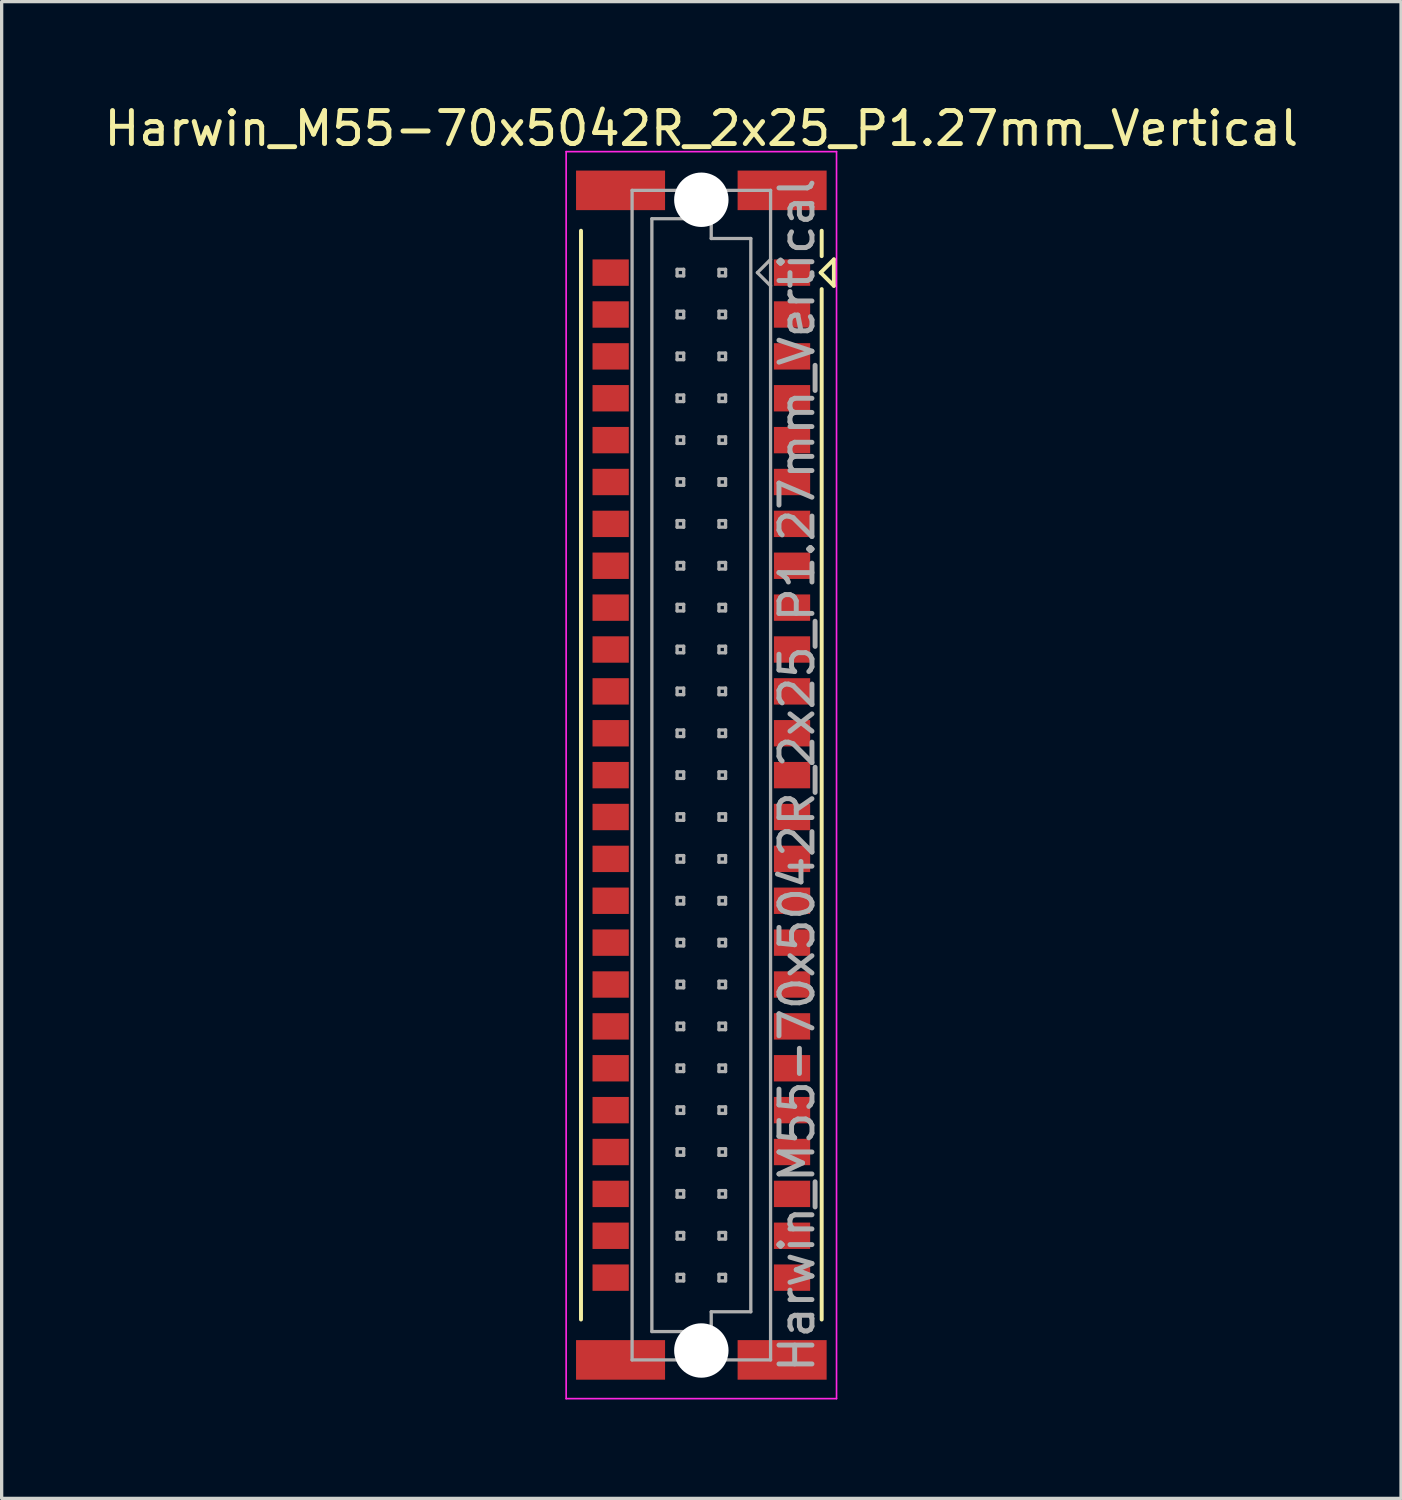
<source format=kicad_pcb>
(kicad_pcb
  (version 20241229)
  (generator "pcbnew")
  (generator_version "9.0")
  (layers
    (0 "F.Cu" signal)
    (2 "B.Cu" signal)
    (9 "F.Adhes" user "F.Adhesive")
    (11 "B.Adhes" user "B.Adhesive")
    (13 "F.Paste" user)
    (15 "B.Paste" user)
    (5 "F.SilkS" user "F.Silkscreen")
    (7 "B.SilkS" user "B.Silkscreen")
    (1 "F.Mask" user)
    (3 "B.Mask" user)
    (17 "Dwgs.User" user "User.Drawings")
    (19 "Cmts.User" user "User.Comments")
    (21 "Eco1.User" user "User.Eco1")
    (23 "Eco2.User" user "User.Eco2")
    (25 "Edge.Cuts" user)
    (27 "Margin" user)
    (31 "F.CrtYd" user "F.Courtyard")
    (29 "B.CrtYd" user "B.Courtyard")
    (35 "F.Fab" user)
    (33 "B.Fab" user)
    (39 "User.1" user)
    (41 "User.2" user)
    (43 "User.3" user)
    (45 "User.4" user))
  (footprint "Harwin_M55-70x5042R_2x25_P1.27mm_Vertical"
    (layer "F.Cu")
    (at 18.22 20.458)
    (property "Reference" "Harwin_M55-70x5042R_2x25_P1.27mm_Vertical" (at 0 -19.61 0) (layer "F.SilkS") (effects (font (size 1 1) (thickness 0.15))))
    (attr smd)
    (fp_line (start -3.65 16.51) (end -3.65 -16.51) (stroke (width 0.12) (type solid)) (layer "F.SilkS"))
    (fp_line (start 3.62 -15.24) (end 4.02 -15.64) (stroke (width 0.12) (type solid)) (layer "F.SilkS"))
    (fp_line (start 3.65 -15.74) (end 3.65 -16.51) (stroke (width 0.12) (type solid)) (layer "F.SilkS"))
    (fp_line (start 3.65 -14.74) (end 3.65 16.51) (stroke (width 0.12) (type solid)) (layer "F.SilkS"))
    (fp_line (start 4.02 -15.64) (end 4.02 -14.84) (stroke (width 0.12) (type solid)) (layer "F.SilkS"))
    (fp_line (start 4.02 -14.84) (end 3.62 -15.24) (stroke (width 0.12) (type solid)) (layer "F.SilkS"))
    (fp_line (start -4.1 -18.91) (end 4.1 -18.91) (stroke (width 0.05) (type solid)) (layer "F.CrtYd"))
    (fp_line (start -4.1 18.91) (end -4.1 -18.91) (stroke (width 0.05) (type solid)) (layer "F.CrtYd"))
    (fp_line (start 4.1 -18.91) (end 4.1 18.91) (stroke (width 0.05) (type solid)) (layer "F.CrtYd"))
    (fp_line (start 4.1 18.91) (end -4.1 18.91) (stroke (width 0.05) (type solid)) (layer "F.CrtYd"))
    (fp_line (start -2.1 -17.735) (end -2.1 17.735) (stroke (width 0.1) (type solid)) (layer "F.Fab"))
    (fp_line (start -2.1 17.735) (end 2.1 17.735) (stroke (width 0.1) (type solid)) (layer "F.Fab"))
    (fp_line (start -1.5 -16.875) (end -1.5 16.875) (stroke (width 0.1) (type solid)) (layer "F.Fab"))
    (fp_line (start -1.5 16.875) (end 0.3 16.875) (stroke (width 0.1) (type solid)) (layer "F.Fab"))
    (fp_line (start -0.735 -15.34) (end -0.735 -15.14) (stroke (width 0.1) (type solid)) (layer "F.Fab"))
    (fp_line (start -0.735 -15.14) (end -0.535 -15.14) (stroke (width 0.1) (type solid)) (layer "F.Fab"))
    (fp_line (start -0.735 -14.07) (end -0.735 -13.87) (stroke (width 0.1) (type solid)) (layer "F.Fab"))
    (fp_line (start -0.735 -13.87) (end -0.535 -13.87) (stroke (width 0.1) (type solid)) (layer "F.Fab"))
    (fp_line (start -0.735 -12.8) (end -0.735 -12.6) (stroke (width 0.1) (type solid)) (layer "F.Fab"))
    (fp_line (start -0.735 -12.6) (end -0.535 -12.6) (stroke (width 0.1) (type solid)) (layer "F.Fab"))
    (fp_line (start -0.735 -11.53) (end -0.735 -11.33) (stroke (width 0.1) (type solid)) (layer "F.Fab"))
    (fp_line (start -0.735 -11.33) (end -0.535 -11.33) (stroke (width 0.1) (type solid)) (layer "F.Fab"))
    (fp_line (start -0.735 -10.26) (end -0.735 -10.06) (stroke (width 0.1) (type solid)) (layer "F.Fab"))
    (fp_line (start -0.735 -10.06) (end -0.535 -10.06) (stroke (width 0.1) (type solid)) (layer "F.Fab"))
    (fp_line (start -0.735 -8.99) (end -0.735 -8.79) (stroke (width 0.1) (type solid)) (layer "F.Fab"))
    (fp_line (start -0.735 -8.79) (end -0.535 -8.79) (stroke (width 0.1) (type solid)) (layer "F.Fab"))
    (fp_line (start -0.735 -7.72) (end -0.735 -7.52) (stroke (width 0.1) (type solid)) (layer "F.Fab"))
    (fp_line (start -0.735 -7.52) (end -0.535 -7.52) (stroke (width 0.1) (type solid)) (layer "F.Fab"))
    (fp_line (start -0.735 -6.45) (end -0.735 -6.25) (stroke (width 0.1) (type solid)) (layer "F.Fab"))
    (fp_line (start -0.735 -6.25) (end -0.535 -6.25) (stroke (width 0.1) (type solid)) (layer "F.Fab"))
    (fp_line (start -0.735 -5.18) (end -0.735 -4.98) (stroke (width 0.1) (type solid)) (layer "F.Fab"))
    (fp_line (start -0.735 -4.98) (end -0.535 -4.98) (stroke (width 0.1) (type solid)) (layer "F.Fab"))
    (fp_line (start -0.735 -3.91) (end -0.735 -3.71) (stroke (width 0.1) (type solid)) (layer "F.Fab"))
    (fp_line (start -0.735 -3.71) (end -0.535 -3.71) (stroke (width 0.1) (type solid)) (layer "F.Fab"))
    (fp_line (start -0.735 -2.64) (end -0.735 -2.44) (stroke (width 0.1) (type solid)) (layer "F.Fab"))
    (fp_line (start -0.735 -2.44) (end -0.535 -2.44) (stroke (width 0.1) (type solid)) (layer "F.Fab"))
    (fp_line (start -0.735 -1.37) (end -0.735 -1.17) (stroke (width 0.1) (type solid)) (layer "F.Fab"))
    (fp_line (start -0.735 -1.17) (end -0.535 -1.17) (stroke (width 0.1) (type solid)) (layer "F.Fab"))
    (fp_line (start -0.735 -0.1) (end -0.735 0.1) (stroke (width 0.1) (type solid)) (layer "F.Fab"))
    (fp_line (start -0.735 0.1) (end -0.535 0.1) (stroke (width 0.1) (type solid)) (layer "F.Fab"))
    (fp_line (start -0.735 1.17) (end -0.735 1.37) (stroke (width 0.1) (type solid)) (layer "F.Fab"))
    (fp_line (start -0.735 1.37) (end -0.535 1.37) (stroke (width 0.1) (type solid)) (layer "F.Fab"))
    (fp_line (start -0.735 2.44) (end -0.735 2.64) (stroke (width 0.1) (type solid)) (layer "F.Fab"))
    (fp_line (start -0.735 2.64) (end -0.535 2.64) (stroke (width 0.1) (type solid)) (layer "F.Fab"))
    (fp_line (start -0.735 3.71) (end -0.735 3.91) (stroke (width 0.1) (type solid)) (layer "F.Fab"))
    (fp_line (start -0.735 3.91) (end -0.535 3.91) (stroke (width 0.1) (type solid)) (layer "F.Fab"))
    (fp_line (start -0.735 4.98) (end -0.735 5.18) (stroke (width 0.1) (type solid)) (layer "F.Fab"))
    (fp_line (start -0.735 5.18) (end -0.535 5.18) (stroke (width 0.1) (type solid)) (layer "F.Fab"))
    (fp_line (start -0.735 6.25) (end -0.735 6.45) (stroke (width 0.1) (type solid)) (layer "F.Fab"))
    (fp_line (start -0.735 6.45) (end -0.535 6.45) (stroke (width 0.1) (type solid)) (layer "F.Fab"))
    (fp_line (start -0.735 7.52) (end -0.735 7.72) (stroke (width 0.1) (type solid)) (layer "F.Fab"))
    (fp_line (start -0.735 7.72) (end -0.535 7.72) (stroke (width 0.1) (type solid)) (layer "F.Fab"))
    (fp_line (start -0.735 8.79) (end -0.735 8.99) (stroke (width 0.1) (type solid)) (layer "F.Fab"))
    (fp_line (start -0.735 8.99) (end -0.535 8.99) (stroke (width 0.1) (type solid)) (layer "F.Fab"))
    (fp_line (start -0.735 10.06) (end -0.735 10.26) (stroke (width 0.1) (type solid)) (layer "F.Fab"))
    (fp_line (start -0.735 10.26) (end -0.535 10.26) (stroke (width 0.1) (type solid)) (layer "F.Fab"))
    (fp_line (start -0.735 11.33) (end -0.735 11.53) (stroke (width 0.1) (type solid)) (layer "F.Fab"))
    (fp_line (start -0.735 11.53) (end -0.535 11.53) (stroke (width 0.1) (type solid)) (layer "F.Fab"))
    (fp_line (start -0.735 12.6) (end -0.735 12.8) (stroke (width 0.1) (type solid)) (layer "F.Fab"))
    (fp_line (start -0.735 12.8) (end -0.535 12.8) (stroke (width 0.1) (type solid)) (layer "F.Fab"))
    (fp_line (start -0.735 13.87) (end -0.735 14.07) (stroke (width 0.1) (type solid)) (layer "F.Fab"))
    (fp_line (start -0.735 14.07) (end -0.535 14.07) (stroke (width 0.1) (type solid)) (layer "F.Fab"))
    (fp_line (start -0.735 15.14) (end -0.735 15.34) (stroke (width 0.1) (type solid)) (layer "F.Fab"))
    (fp_line (start -0.735 15.34) (end -0.535 15.34) (stroke (width 0.1) (type solid)) (layer "F.Fab"))
    (fp_line (start -0.535 -15.34) (end -0.735 -15.34) (stroke (width 0.1) (type solid)) (layer "F.Fab"))
    (fp_line (start -0.535 -15.14) (end -0.535 -15.34) (stroke (width 0.1) (type solid)) (layer "F.Fab"))
    (fp_line (start -0.535 -14.07) (end -0.735 -14.07) (stroke (width 0.1) (type solid)) (layer "F.Fab"))
    (fp_line (start -0.535 -13.87) (end -0.535 -14.07) (stroke (width 0.1) (type solid)) (layer "F.Fab"))
    (fp_line (start -0.535 -12.8) (end -0.735 -12.8) (stroke (width 0.1) (type solid)) (layer "F.Fab"))
    (fp_line (start -0.535 -12.6) (end -0.535 -12.8) (stroke (width 0.1) (type solid)) (layer "F.Fab"))
    (fp_line (start -0.535 -11.53) (end -0.735 -11.53) (stroke (width 0.1) (type solid)) (layer "F.Fab"))
    (fp_line (start -0.535 -11.33) (end -0.535 -11.53) (stroke (width 0.1) (type solid)) (layer "F.Fab"))
    (fp_line (start -0.535 -10.26) (end -0.735 -10.26) (stroke (width 0.1) (type solid)) (layer "F.Fab"))
    (fp_line (start -0.535 -10.06) (end -0.535 -10.26) (stroke (width 0.1) (type solid)) (layer "F.Fab"))
    (fp_line (start -0.535 -8.99) (end -0.735 -8.99) (stroke (width 0.1) (type solid)) (layer "F.Fab"))
    (fp_line (start -0.535 -8.79) (end -0.535 -8.99) (stroke (width 0.1) (type solid)) (layer "F.Fab"))
    (fp_line (start -0.535 -7.72) (end -0.735 -7.72) (stroke (width 0.1) (type solid)) (layer "F.Fab"))
    (fp_line (start -0.535 -7.52) (end -0.535 -7.72) (stroke (width 0.1) (type solid)) (layer "F.Fab"))
    (fp_line (start -0.535 -6.45) (end -0.735 -6.45) (stroke (width 0.1) (type solid)) (layer "F.Fab"))
    (fp_line (start -0.535 -6.25) (end -0.535 -6.45) (stroke (width 0.1) (type solid)) (layer "F.Fab"))
    (fp_line (start -0.535 -5.18) (end -0.735 -5.18) (stroke (width 0.1) (type solid)) (layer "F.Fab"))
    (fp_line (start -0.535 -4.98) (end -0.535 -5.18) (stroke (width 0.1) (type solid)) (layer "F.Fab"))
    (fp_line (start -0.535 -3.91) (end -0.735 -3.91) (stroke (width 0.1) (type solid)) (layer "F.Fab"))
    (fp_line (start -0.535 -3.71) (end -0.535 -3.91) (stroke (width 0.1) (type solid)) (layer "F.Fab"))
    (fp_line (start -0.535 -2.64) (end -0.735 -2.64) (stroke (width 0.1) (type solid)) (layer "F.Fab"))
    (fp_line (start -0.535 -2.44) (end -0.535 -2.64) (stroke (width 0.1) (type solid)) (layer "F.Fab"))
    (fp_line (start -0.535 -1.37) (end -0.735 -1.37) (stroke (width 0.1) (type solid)) (layer "F.Fab"))
    (fp_line (start -0.535 -1.17) (end -0.535 -1.37) (stroke (width 0.1) (type solid)) (layer "F.Fab"))
    (fp_line (start -0.535 -0.1) (end -0.735 -0.1) (stroke (width 0.1) (type solid)) (layer "F.Fab"))
    (fp_line (start -0.535 0.1) (end -0.535 -0.1) (stroke (width 0.1) (type solid)) (layer "F.Fab"))
    (fp_line (start -0.535 1.17) (end -0.735 1.17) (stroke (width 0.1) (type solid)) (layer "F.Fab"))
    (fp_line (start -0.535 1.37) (end -0.535 1.17) (stroke (width 0.1) (type solid)) (layer "F.Fab"))
    (fp_line (start -0.535 2.44) (end -0.735 2.44) (stroke (width 0.1) (type solid)) (layer "F.Fab"))
    (fp_line (start -0.535 2.64) (end -0.535 2.44) (stroke (width 0.1) (type solid)) (layer "F.Fab"))
    (fp_line (start -0.535 3.71) (end -0.735 3.71) (stroke (width 0.1) (type solid)) (layer "F.Fab"))
    (fp_line (start -0.535 3.91) (end -0.535 3.71) (stroke (width 0.1) (type solid)) (layer "F.Fab"))
    (fp_line (start -0.535 4.98) (end -0.735 4.98) (stroke (width 0.1) (type solid)) (layer "F.Fab"))
    (fp_line (start -0.535 5.18) (end -0.535 4.98) (stroke (width 0.1) (type solid)) (layer "F.Fab"))
    (fp_line (start -0.535 6.25) (end -0.735 6.25) (stroke (width 0.1) (type solid)) (layer "F.Fab"))
    (fp_line (start -0.535 6.45) (end -0.535 6.25) (stroke (width 0.1) (type solid)) (layer "F.Fab"))
    (fp_line (start -0.535 7.52) (end -0.735 7.52) (stroke (width 0.1) (type solid)) (layer "F.Fab"))
    (fp_line (start -0.535 7.72) (end -0.535 7.52) (stroke (width 0.1) (type solid)) (layer "F.Fab"))
    (fp_line (start -0.535 8.79) (end -0.735 8.79) (stroke (width 0.1) (type solid)) (layer "F.Fab"))
    (fp_line (start -0.535 8.99) (end -0.535 8.79) (stroke (width 0.1) (type solid)) (layer "F.Fab"))
    (fp_line (start -0.535 10.06) (end -0.735 10.06) (stroke (width 0.1) (type solid)) (layer "F.Fab"))
    (fp_line (start -0.535 10.26) (end -0.535 10.06) (stroke (width 0.1) (type solid)) (layer "F.Fab"))
    (fp_line (start -0.535 11.33) (end -0.735 11.33) (stroke (width 0.1) (type solid)) (layer "F.Fab"))
    (fp_line (start -0.535 11.53) (end -0.535 11.33) (stroke (width 0.1) (type solid)) (layer "F.Fab"))
    (fp_line (start -0.535 12.6) (end -0.735 12.6) (stroke (width 0.1) (type solid)) (layer "F.Fab"))
    (fp_line (start -0.535 12.8) (end -0.535 12.6) (stroke (width 0.1) (type solid)) (layer "F.Fab"))
    (fp_line (start -0.535 13.87) (end -0.735 13.87) (stroke (width 0.1) (type solid)) (layer "F.Fab"))
    (fp_line (start -0.535 14.07) (end -0.535 13.87) (stroke (width 0.1) (type solid)) (layer "F.Fab"))
    (fp_line (start -0.535 15.14) (end -0.735 15.14) (stroke (width 0.1) (type solid)) (layer "F.Fab"))
    (fp_line (start -0.535 15.34) (end -0.535 15.14) (stroke (width 0.1) (type solid)) (layer "F.Fab"))
    (fp_line (start 0.3 -16.875) (end -1.5 -16.875) (stroke (width 0.1) (type solid)) (layer "F.Fab"))
    (fp_line (start 0.3 -16.275) (end 0.3 -16.875) (stroke (width 0.1) (type solid)) (layer "F.Fab"))
    (fp_line (start 0.3 16.275) (end 1.5 16.275) (stroke (width 0.1) (type solid)) (layer "F.Fab"))
    (fp_line (start 0.3 16.875) (end 0.3 16.275) (stroke (width 0.1) (type solid)) (layer "F.Fab"))
    (fp_line (start 0.535 -15.34) (end 0.535 -15.14) (stroke (width 0.1) (type solid)) (layer "F.Fab"))
    (fp_line (start 0.535 -15.14) (end 0.735 -15.14) (stroke (width 0.1) (type solid)) (layer "F.Fab"))
    (fp_line (start 0.535 -14.07) (end 0.535 -13.87) (stroke (width 0.1) (type solid)) (layer "F.Fab"))
    (fp_line (start 0.535 -13.87) (end 0.735 -13.87) (stroke (width 0.1) (type solid)) (layer "F.Fab"))
    (fp_line (start 0.535 -12.8) (end 0.535 -12.6) (stroke (width 0.1) (type solid)) (layer "F.Fab"))
    (fp_line (start 0.535 -12.6) (end 0.735 -12.6) (stroke (width 0.1) (type solid)) (layer "F.Fab"))
    (fp_line (start 0.535 -11.53) (end 0.535 -11.33) (stroke (width 0.1) (type solid)) (layer "F.Fab"))
    (fp_line (start 0.535 -11.33) (end 0.735 -11.33) (stroke (width 0.1) (type solid)) (layer "F.Fab"))
    (fp_line (start 0.535 -10.26) (end 0.535 -10.06) (stroke (width 0.1) (type solid)) (layer "F.Fab"))
    (fp_line (start 0.535 -10.06) (end 0.735 -10.06) (stroke (width 0.1) (type solid)) (layer "F.Fab"))
    (fp_line (start 0.535 -8.99) (end 0.535 -8.79) (stroke (width 0.1) (type solid)) (layer "F.Fab"))
    (fp_line (start 0.535 -8.79) (end 0.735 -8.79) (stroke (width 0.1) (type solid)) (layer "F.Fab"))
    (fp_line (start 0.535 -7.72) (end 0.535 -7.52) (stroke (width 0.1) (type solid)) (layer "F.Fab"))
    (fp_line (start 0.535 -7.52) (end 0.735 -7.52) (stroke (width 0.1) (type solid)) (layer "F.Fab"))
    (fp_line (start 0.535 -6.45) (end 0.535 -6.25) (stroke (width 0.1) (type solid)) (layer "F.Fab"))
    (fp_line (start 0.535 -6.25) (end 0.735 -6.25) (stroke (width 0.1) (type solid)) (layer "F.Fab"))
    (fp_line (start 0.535 -5.18) (end 0.535 -4.98) (stroke (width 0.1) (type solid)) (layer "F.Fab"))
    (fp_line (start 0.535 -4.98) (end 0.735 -4.98) (stroke (width 0.1) (type solid)) (layer "F.Fab"))
    (fp_line (start 0.535 -3.91) (end 0.535 -3.71) (stroke (width 0.1) (type solid)) (layer "F.Fab"))
    (fp_line (start 0.535 -3.71) (end 0.735 -3.71) (stroke (width 0.1) (type solid)) (layer "F.Fab"))
    (fp_line (start 0.535 -2.64) (end 0.535 -2.44) (stroke (width 0.1) (type solid)) (layer "F.Fab"))
    (fp_line (start 0.535 -2.44) (end 0.735 -2.44) (stroke (width 0.1) (type solid)) (layer "F.Fab"))
    (fp_line (start 0.535 -1.37) (end 0.535 -1.17) (stroke (width 0.1) (type solid)) (layer "F.Fab"))
    (fp_line (start 0.535 -1.17) (end 0.735 -1.17) (stroke (width 0.1) (type solid)) (layer "F.Fab"))
    (fp_line (start 0.535 -0.1) (end 0.535 0.1) (stroke (width 0.1) (type solid)) (layer "F.Fab"))
    (fp_line (start 0.535 0.1) (end 0.735 0.1) (stroke (width 0.1) (type solid)) (layer "F.Fab"))
    (fp_line (start 0.535 1.17) (end 0.535 1.37) (stroke (width 0.1) (type solid)) (layer "F.Fab"))
    (fp_line (start 0.535 1.37) (end 0.735 1.37) (stroke (width 0.1) (type solid)) (layer "F.Fab"))
    (fp_line (start 0.535 2.44) (end 0.535 2.64) (stroke (width 0.1) (type solid)) (layer "F.Fab"))
    (fp_line (start 0.535 2.64) (end 0.735 2.64) (stroke (width 0.1) (type solid)) (layer "F.Fab"))
    (fp_line (start 0.535 3.71) (end 0.535 3.91) (stroke (width 0.1) (type solid)) (layer "F.Fab"))
    (fp_line (start 0.535 3.91) (end 0.735 3.91) (stroke (width 0.1) (type solid)) (layer "F.Fab"))
    (fp_line (start 0.535 4.98) (end 0.535 5.18) (stroke (width 0.1) (type solid)) (layer "F.Fab"))
    (fp_line (start 0.535 5.18) (end 0.735 5.18) (stroke (width 0.1) (type solid)) (layer "F.Fab"))
    (fp_line (start 0.535 6.25) (end 0.535 6.45) (stroke (width 0.1) (type solid)) (layer "F.Fab"))
    (fp_line (start 0.535 6.45) (end 0.735 6.45) (stroke (width 0.1) (type solid)) (layer "F.Fab"))
    (fp_line (start 0.535 7.52) (end 0.535 7.72) (stroke (width 0.1) (type solid)) (layer "F.Fab"))
    (fp_line (start 0.535 7.72) (end 0.735 7.72) (stroke (width 0.1) (type solid)) (layer "F.Fab"))
    (fp_line (start 0.535 8.79) (end 0.535 8.99) (stroke (width 0.1) (type solid)) (layer "F.Fab"))
    (fp_line (start 0.535 8.99) (end 0.735 8.99) (stroke (width 0.1) (type solid)) (layer "F.Fab"))
    (fp_line (start 0.535 10.06) (end 0.535 10.26) (stroke (width 0.1) (type solid)) (layer "F.Fab"))
    (fp_line (start 0.535 10.26) (end 0.735 10.26) (stroke (width 0.1) (type solid)) (layer "F.Fab"))
    (fp_line (start 0.535 11.33) (end 0.535 11.53) (stroke (width 0.1) (type solid)) (layer "F.Fab"))
    (fp_line (start 0.535 11.53) (end 0.735 11.53) (stroke (width 0.1) (type solid)) (layer "F.Fab"))
    (fp_line (start 0.535 12.6) (end 0.535 12.8) (stroke (width 0.1) (type solid)) (layer "F.Fab"))
    (fp_line (start 0.535 12.8) (end 0.735 12.8) (stroke (width 0.1) (type solid)) (layer "F.Fab"))
    (fp_line (start 0.535 13.87) (end 0.535 14.07) (stroke (width 0.1) (type solid)) (layer "F.Fab"))
    (fp_line (start 0.535 14.07) (end 0.735 14.07) (stroke (width 0.1) (type solid)) (layer "F.Fab"))
    (fp_line (start 0.535 15.14) (end 0.535 15.34) (stroke (width 0.1) (type solid)) (layer "F.Fab"))
    (fp_line (start 0.535 15.34) (end 0.735 15.34) (stroke (width 0.1) (type solid)) (layer "F.Fab"))
    (fp_line (start 0.735 -15.34) (end 0.535 -15.34) (stroke (width 0.1) (type solid)) (layer "F.Fab"))
    (fp_line (start 0.735 -15.14) (end 0.735 -15.34) (stroke (width 0.1) (type solid)) (layer "F.Fab"))
    (fp_line (start 0.735 -14.07) (end 0.535 -14.07) (stroke (width 0.1) (type solid)) (layer "F.Fab"))
    (fp_line (start 0.735 -13.87) (end 0.735 -14.07) (stroke (width 0.1) (type solid)) (layer "F.Fab"))
    (fp_line (start 0.735 -12.8) (end 0.535 -12.8) (stroke (width 0.1) (type solid)) (layer "F.Fab"))
    (fp_line (start 0.735 -12.6) (end 0.735 -12.8) (stroke (width 0.1) (type solid)) (layer "F.Fab"))
    (fp_line (start 0.735 -11.53) (end 0.535 -11.53) (stroke (width 0.1) (type solid)) (layer "F.Fab"))
    (fp_line (start 0.735 -11.33) (end 0.735 -11.53) (stroke (width 0.1) (type solid)) (layer "F.Fab"))
    (fp_line (start 0.735 -10.26) (end 0.535 -10.26) (stroke (width 0.1) (type solid)) (layer "F.Fab"))
    (fp_line (start 0.735 -10.06) (end 0.735 -10.26) (stroke (width 0.1) (type solid)) (layer "F.Fab"))
    (fp_line (start 0.735 -8.99) (end 0.535 -8.99) (stroke (width 0.1) (type solid)) (layer "F.Fab"))
    (fp_line (start 0.735 -8.79) (end 0.735 -8.99) (stroke (width 0.1) (type solid)) (layer "F.Fab"))
    (fp_line (start 0.735 -7.72) (end 0.535 -7.72) (stroke (width 0.1) (type solid)) (layer "F.Fab"))
    (fp_line (start 0.735 -7.52) (end 0.735 -7.72) (stroke (width 0.1) (type solid)) (layer "F.Fab"))
    (fp_line (start 0.735 -6.45) (end 0.535 -6.45) (stroke (width 0.1) (type solid)) (layer "F.Fab"))
    (fp_line (start 0.735 -6.25) (end 0.735 -6.45) (stroke (width 0.1) (type solid)) (layer "F.Fab"))
    (fp_line (start 0.735 -5.18) (end 0.535 -5.18) (stroke (width 0.1) (type solid)) (layer "F.Fab"))
    (fp_line (start 0.735 -4.98) (end 0.735 -5.18) (stroke (width 0.1) (type solid)) (layer "F.Fab"))
    (fp_line (start 0.735 -3.91) (end 0.535 -3.91) (stroke (width 0.1) (type solid)) (layer "F.Fab"))
    (fp_line (start 0.735 -3.71) (end 0.735 -3.91) (stroke (width 0.1) (type solid)) (layer "F.Fab"))
    (fp_line (start 0.735 -2.64) (end 0.535 -2.64) (stroke (width 0.1) (type solid)) (layer "F.Fab"))
    (fp_line (start 0.735 -2.44) (end 0.735 -2.64) (stroke (width 0.1) (type solid)) (layer "F.Fab"))
    (fp_line (start 0.735 -1.37) (end 0.535 -1.37) (stroke (width 0.1) (type solid)) (layer "F.Fab"))
    (fp_line (start 0.735 -1.17) (end 0.735 -1.37) (stroke (width 0.1) (type solid)) (layer "F.Fab"))
    (fp_line (start 0.735 -0.1) (end 0.535 -0.1) (stroke (width 0.1) (type solid)) (layer "F.Fab"))
    (fp_line (start 0.735 0.1) (end 0.735 -0.1) (stroke (width 0.1) (type solid)) (layer "F.Fab"))
    (fp_line (start 0.735 1.17) (end 0.535 1.17) (stroke (width 0.1) (type solid)) (layer "F.Fab"))
    (fp_line (start 0.735 1.37) (end 0.735 1.17) (stroke (width 0.1) (type solid)) (layer "F.Fab"))
    (fp_line (start 0.735 2.44) (end 0.535 2.44) (stroke (width 0.1) (type solid)) (layer "F.Fab"))
    (fp_line (start 0.735 2.64) (end 0.735 2.44) (stroke (width 0.1) (type solid)) (layer "F.Fab"))
    (fp_line (start 0.735 3.71) (end 0.535 3.71) (stroke (width 0.1) (type solid)) (layer "F.Fab"))
    (fp_line (start 0.735 3.91) (end 0.735 3.71) (stroke (width 0.1) (type solid)) (layer "F.Fab"))
    (fp_line (start 0.735 4.98) (end 0.535 4.98) (stroke (width 0.1) (type solid)) (layer "F.Fab"))
    (fp_line (start 0.735 5.18) (end 0.735 4.98) (stroke (width 0.1) (type solid)) (layer "F.Fab"))
    (fp_line (start 0.735 6.25) (end 0.535 6.25) (stroke (width 0.1) (type solid)) (layer "F.Fab"))
    (fp_line (start 0.735 6.45) (end 0.735 6.25) (stroke (width 0.1) (type solid)) (layer "F.Fab"))
    (fp_line (start 0.735 7.52) (end 0.535 7.52) (stroke (width 0.1) (type solid)) (layer "F.Fab"))
    (fp_line (start 0.735 7.72) (end 0.735 7.52) (stroke (width 0.1) (type solid)) (layer "F.Fab"))
    (fp_line (start 0.735 8.79) (end 0.535 8.79) (stroke (width 0.1) (type solid)) (layer "F.Fab"))
    (fp_line (start 0.735 8.99) (end 0.735 8.79) (stroke (width 0.1) (type solid)) (layer "F.Fab"))
    (fp_line (start 0.735 10.06) (end 0.535 10.06) (stroke (width 0.1) (type solid)) (layer "F.Fab"))
    (fp_line (start 0.735 10.26) (end 0.735 10.06) (stroke (width 0.1) (type solid)) (layer "F.Fab"))
    (fp_line (start 0.735 11.33) (end 0.535 11.33) (stroke (width 0.1) (type solid)) (layer "F.Fab"))
    (fp_line (start 0.735 11.53) (end 0.735 11.33) (stroke (width 0.1) (type solid)) (layer "F.Fab"))
    (fp_line (start 0.735 12.6) (end 0.535 12.6) (stroke (width 0.1) (type solid)) (layer "F.Fab"))
    (fp_line (start 0.735 12.8) (end 0.735 12.6) (stroke (width 0.1) (type solid)) (layer "F.Fab"))
    (fp_line (start 0.735 13.87) (end 0.535 13.87) (stroke (width 0.1) (type solid)) (layer "F.Fab"))
    (fp_line (start 0.735 14.07) (end 0.735 13.87) (stroke (width 0.1) (type solid)) (layer "F.Fab"))
    (fp_line (start 0.735 15.14) (end 0.535 15.14) (stroke (width 0.1) (type solid)) (layer "F.Fab"))
    (fp_line (start 0.735 15.34) (end 0.735 15.14) (stroke (width 0.1) (type solid)) (layer "F.Fab"))
    (fp_line (start 1.5 -16.275) (end 0.3 -16.275) (stroke (width 0.1) (type solid)) (layer "F.Fab"))
    (fp_line (start 1.5 16.275) (end 1.5 -16.275) (stroke (width 0.1) (type solid)) (layer "F.Fab"))
    (fp_line (start 1.7 -15.24) (end 2.1 -15.64) (stroke (width 0.1) (type solid)) (layer "F.Fab"))
    (fp_line (start 2.1 -17.735) (end -2.1 -17.735) (stroke (width 0.1) (type solid)) (layer "F.Fab"))
    (fp_line (start 2.1 -14.84) (end 1.7 -15.24) (stroke (width 0.1) (type solid)) (layer "F.Fab"))
    (fp_line (start 2.1 17.735) (end 2.1 -17.735) (stroke (width 0.1) (type solid)) (layer "F.Fab"))
    (fp_text user "${REFERENCE}" (at 2.9 0 90) (layer "F.Fab") (effects (font (size 1 1) (thickness 0.15))))
    (pad "" smd rect (at -2.45 -17.735) (size 2.7 1.2) (layers "F.Cu" "F.Mask" "F.Paste"))
    (pad "" smd rect (at -2.45 17.735) (size 2.7 1.2) (layers "F.Cu" "F.Mask" "F.Paste"))
    (pad "" np_thru_hole circle (at 0 -17.45) (size 1.65 1.65) (drill 1.65) (layers "*.Cu" "*.Mask"))
    (pad "" np_thru_hole circle (at 0 17.45) (size 1.65 1.65) (drill 1.65) (layers "*.Cu" "*.Mask"))
    (pad "" smd rect (at 2.45 -17.735) (size 2.7 1.2) (layers "F.Cu" "F.Mask" "F.Paste"))
    (pad "" smd rect (at 2.45 17.735) (size 2.7 1.2) (layers "F.Cu" "F.Mask" "F.Paste"))
    (pad "1" smd rect (at 2.75 -15.24) (size 1.1 0.8) (layers "F.Cu" "F.Mask" "F.Paste"))
    (pad "2" smd rect (at -2.75 -15.24) (size 1.1 0.8) (layers "F.Cu" "F.Mask" "F.Paste"))
    (pad "3" smd rect (at 2.75 -13.97) (size 1.1 0.8) (layers "F.Cu" "F.Mask" "F.Paste"))
    (pad "4" smd rect (at -2.75 -13.97) (size 1.1 0.8) (layers "F.Cu" "F.Mask" "F.Paste"))
    (pad "5" smd rect (at 2.75 -12.7) (size 1.1 0.8) (layers "F.Cu" "F.Mask" "F.Paste"))
    (pad "6" smd rect (at -2.75 -12.7) (size 1.1 0.8) (layers "F.Cu" "F.Mask" "F.Paste"))
    (pad "7" smd rect (at 2.75 -11.43) (size 1.1 0.8) (layers "F.Cu" "F.Mask" "F.Paste"))
    (pad "8" smd rect (at -2.75 -11.43) (size 1.1 0.8) (layers "F.Cu" "F.Mask" "F.Paste"))
    (pad "9" smd rect (at 2.75 -10.16) (size 1.1 0.8) (layers "F.Cu" "F.Mask" "F.Paste"))
    (pad "10" smd rect (at -2.75 -10.16) (size 1.1 0.8) (layers "F.Cu" "F.Mask" "F.Paste"))
    (pad "11" smd rect (at 2.75 -8.89) (size 1.1 0.8) (layers "F.Cu" "F.Mask" "F.Paste"))
    (pad "12" smd rect (at -2.75 -8.89) (size 1.1 0.8) (layers "F.Cu" "F.Mask" "F.Paste"))
    (pad "13" smd rect (at 2.75 -7.62) (size 1.1 0.8) (layers "F.Cu" "F.Mask" "F.Paste"))
    (pad "14" smd rect (at -2.75 -7.62) (size 1.1 0.8) (layers "F.Cu" "F.Mask" "F.Paste"))
    (pad "15" smd rect (at 2.75 -6.35) (size 1.1 0.8) (layers "F.Cu" "F.Mask" "F.Paste"))
    (pad "16" smd rect (at -2.75 -6.35) (size 1.1 0.8) (layers "F.Cu" "F.Mask" "F.Paste"))
    (pad "17" smd rect (at 2.75 -5.08) (size 1.1 0.8) (layers "F.Cu" "F.Mask" "F.Paste"))
    (pad "18" smd rect (at -2.75 -5.08) (size 1.1 0.8) (layers "F.Cu" "F.Mask" "F.Paste"))
    (pad "19" smd rect (at 2.75 -3.81) (size 1.1 0.8) (layers "F.Cu" "F.Mask" "F.Paste"))
    (pad "20" smd rect (at -2.75 -3.81) (size 1.1 0.8) (layers "F.Cu" "F.Mask" "F.Paste"))
    (pad "21" smd rect (at 2.75 -2.54) (size 1.1 0.8) (layers "F.Cu" "F.Mask" "F.Paste"))
    (pad "22" smd rect (at -2.75 -2.54) (size 1.1 0.8) (layers "F.Cu" "F.Mask" "F.Paste"))
    (pad "23" smd rect (at 2.75 -1.27) (size 1.1 0.8) (layers "F.Cu" "F.Mask" "F.Paste"))
    (pad "24" smd rect (at -2.75 -1.27) (size 1.1 0.8) (layers "F.Cu" "F.Mask" "F.Paste"))
    (pad "25" smd rect (at 2.75 0) (size 1.1 0.8) (layers "F.Cu" "F.Mask" "F.Paste"))
    (pad "26" smd rect (at -2.75 0) (size 1.1 0.8) (layers "F.Cu" "F.Mask" "F.Paste"))
    (pad "27" smd rect (at 2.75 1.27) (size 1.1 0.8) (layers "F.Cu" "F.Mask" "F.Paste"))
    (pad "28" smd rect (at -2.75 1.27) (size 1.1 0.8) (layers "F.Cu" "F.Mask" "F.Paste"))
    (pad "29" smd rect (at 2.75 2.54) (size 1.1 0.8) (layers "F.Cu" "F.Mask" "F.Paste"))
    (pad "30" smd rect (at -2.75 2.54) (size 1.1 0.8) (layers "F.Cu" "F.Mask" "F.Paste"))
    (pad "31" smd rect (at 2.75 3.81) (size 1.1 0.8) (layers "F.Cu" "F.Mask" "F.Paste"))
    (pad "32" smd rect (at -2.75 3.81) (size 1.1 0.8) (layers "F.Cu" "F.Mask" "F.Paste"))
    (pad "33" smd rect (at 2.75 5.08) (size 1.1 0.8) (layers "F.Cu" "F.Mask" "F.Paste"))
    (pad "34" smd rect (at -2.75 5.08) (size 1.1 0.8) (layers "F.Cu" "F.Mask" "F.Paste"))
    (pad "35" smd rect (at 2.75 6.35) (size 1.1 0.8) (layers "F.Cu" "F.Mask" "F.Paste"))
    (pad "36" smd rect (at -2.75 6.35) (size 1.1 0.8) (layers "F.Cu" "F.Mask" "F.Paste"))
    (pad "37" smd rect (at 2.75 7.62) (size 1.1 0.8) (layers "F.Cu" "F.Mask" "F.Paste"))
    (pad "38" smd rect (at -2.75 7.62) (size 1.1 0.8) (layers "F.Cu" "F.Mask" "F.Paste"))
    (pad "39" smd rect (at 2.75 8.89) (size 1.1 0.8) (layers "F.Cu" "F.Mask" "F.Paste"))
    (pad "40" smd rect (at -2.75 8.89) (size 1.1 0.8) (layers "F.Cu" "F.Mask" "F.Paste"))
    (pad "41" smd rect (at 2.75 10.16) (size 1.1 0.8) (layers "F.Cu" "F.Mask" "F.Paste"))
    (pad "42" smd rect (at -2.75 10.16) (size 1.1 0.8) (layers "F.Cu" "F.Mask" "F.Paste"))
    (pad "43" smd rect (at 2.75 11.43) (size 1.1 0.8) (layers "F.Cu" "F.Mask" "F.Paste"))
    (pad "44" smd rect (at -2.75 11.43) (size 1.1 0.8) (layers "F.Cu" "F.Mask" "F.Paste"))
    (pad "45" smd rect (at 2.75 12.7) (size 1.1 0.8) (layers "F.Cu" "F.Mask" "F.Paste"))
    (pad "46" smd rect (at -2.75 12.7) (size 1.1 0.8) (layers "F.Cu" "F.Mask" "F.Paste"))
    (pad "47" smd rect (at 2.75 13.97) (size 1.1 0.8) (layers "F.Cu" "F.Mask" "F.Paste"))
    (pad "48" smd rect (at -2.75 13.97) (size 1.1 0.8) (layers "F.Cu" "F.Mask" "F.Paste"))
    (pad "49" smd rect (at 2.75 15.24) (size 1.1 0.8) (layers "F.Cu" "F.Mask" "F.Paste"))
    (pad "50" smd rect (at -2.75 15.24) (size 1.1 0.8) (layers "F.Cu" "F.Mask" "F.Paste")))
  (gr_rect
    (start -3 -3)
    (end 39.44 42.393)
    (stroke (width 0.1) (type default))
    (fill no)
    (layer "Edge.Cuts")))
</source>
